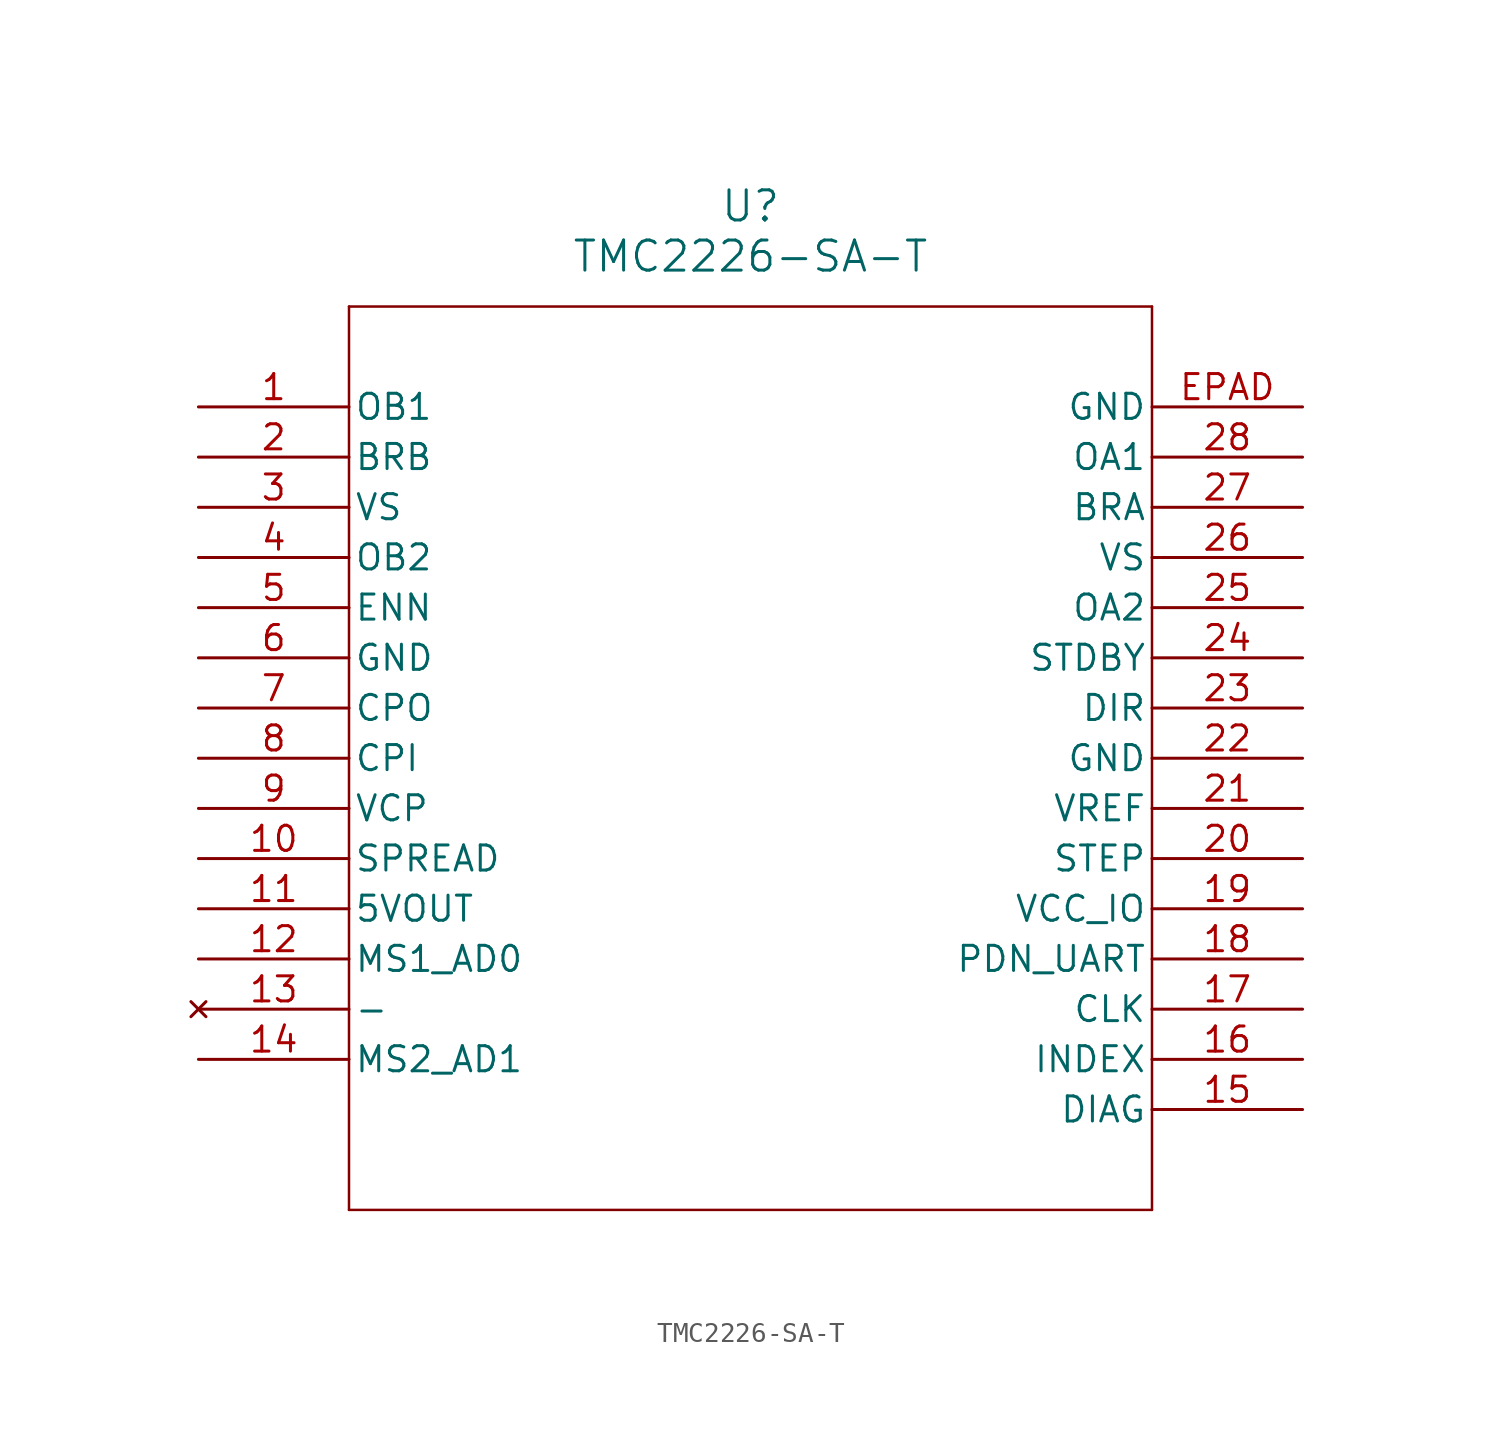
<source format=kicad_sym>
(kicad_symbol_lib
  (version 20211014)
  (generator kicad_symbol_editor)
  (symbol "TMC2226-SA-T"
    (pin_names
      (offset 0.254))
    (property "Reference" "U"
      (at 27.94 10.16 0)
      (effects (font (size 1.524 1.524))))
    (property "Value" "TMC2226-SA-T"
      (at 27.94 7.62 0)
      (effects (font (size 1.524 1.524))))
    (symbol "TMC2226-SA-T_0_1"
      (polyline (pts (xy 7.62 5.08) (xy 7.62 -40.64)) (stroke (width 0.127) (type default) (color 0 0 0 0)) (fill (type none)))
      (polyline (pts (xy 7.62 -40.64) (xy 48.26 -40.64)) (stroke (width 0.127) (type default) (color 0 0 0 0)) (fill (type none)))
      (polyline (pts (xy 48.26 -40.64) (xy 48.26 5.08)) (stroke (width 0.127) (type default) (color 0 0 0 0)) (fill (type none)))
      (polyline (pts (xy 48.26 5.08) (xy 7.62 5.08)) (stroke (width 0.127) (type default) (color 0 0 0 0)) (fill (type none)))
      (pin output line (at 0 0 0) (length 7.62) (name "OB1" (effects (font (size 1.27 1.27)))) (number "1" (effects (font (size 1.27 1.27)))))
      (pin unspecified line (at 0 -2.54 0) (length 7.62) (name "BRB" (effects (font (size 1.27 1.27)))) (number "2" (effects (font (size 1.27 1.27)))))
      (pin power_in line (at 0 -5.08 0) (length 7.62) (name "VS" (effects (font (size 1.27 1.27)))) (number "3" (effects (font (size 1.27 1.27)))))
      (pin output line (at 0 -7.62 0) (length 7.62) (name "OB2" (effects (font (size 1.27 1.27)))) (number "4" (effects (font (size 1.27 1.27)))))
      (pin input line (at 0 -10.16 0) (length 7.62) (name "ENN" (effects (font (size 1.27 1.27)))) (number "5" (effects (font (size 1.27 1.27)))))
      (pin power_out line (at 0 -12.7 0) (length 7.62) (name "GND" (effects (font (size 1.27 1.27)))) (number "6" (effects (font (size 1.27 1.27)))))
      (pin output line (at 0 -15.24 0) (length 7.62) (name "CPO" (effects (font (size 1.27 1.27)))) (number "7" (effects (font (size 1.27 1.27)))))
      (pin input line (at 0 -17.78 0) (length 7.62) (name "CPI" (effects (font (size 1.27 1.27)))) (number "8" (effects (font (size 1.27 1.27)))))
      (pin power_in line (at 0 -20.32 0) (length 7.62) (name "VCP" (effects (font (size 1.27 1.27)))) (number "9" (effects (font (size 1.27 1.27)))))
      (pin input line (at 0 -22.86 0) (length 7.62) (name "SPREAD" (effects (font (size 1.27 1.27)))) (number "10" (effects (font (size 1.27 1.27)))))
      (pin power_in line (at 0 -25.4 0) (length 7.62) (name "5VOUT" (effects (font (size 1.27 1.27)))) (number "11" (effects (font (size 1.27 1.27)))))
      (pin input line (at 0 -27.94 0) (length 7.62) (name "MS1_AD0" (effects (font (size 1.27 1.27)))) (number "12" (effects (font (size 1.27 1.27)))))
      (pin no_connect line (at 0 -30.48 0) (length 7.62) (name "-" (effects (font (size 1.27 1.27)))) (number "13" (effects (font (size 1.27 1.27)))))
      (pin input line (at 0 -33.02 0) (length 7.62) (name "MS2_AD1" (effects (font (size 1.27 1.27)))) (number "14" (effects (font (size 1.27 1.27)))))
      (pin output line (at 55.88 -35.56 180) (length 7.62) (name "DIAG" (effects (font (size 1.27 1.27)))) (number "15" (effects (font (size 1.27 1.27)))))
      (pin output line (at 55.88 -33.02 180) (length 7.62) (name "INDEX" (effects (font (size 1.27 1.27)))) (number "16" (effects (font (size 1.27 1.27)))))
      (pin input line (at 55.88 -30.48 180) (length 7.62) (name "CLK" (effects (font (size 1.27 1.27)))) (number "17" (effects (font (size 1.27 1.27)))))
      (pin bidirectional line (at 55.88 -27.94 180) (length 7.62) (name "PDN_UART" (effects (font (size 1.27 1.27)))) (number "18" (effects (font (size 1.27 1.27)))))
      (pin power_in line (at 55.88 -25.4 180) (length 7.62) (name "VCC_IO" (effects (font (size 1.27 1.27)))) (number "19" (effects (font (size 1.27 1.27)))))
      (pin input line (at 55.88 -22.86 180) (length 7.62) (name "STEP" (effects (font (size 1.27 1.27)))) (number "20" (effects (font (size 1.27 1.27)))))
      (pin input line (at 55.88 -20.32 180) (length 7.62) (name "VREF" (effects (font (size 1.27 1.27)))) (number "21" (effects (font (size 1.27 1.27)))))
      (pin power_out line (at 55.88 -17.78 180) (length 7.62) (name "GND" (effects (font (size 1.27 1.27)))) (number "22" (effects (font (size 1.27 1.27)))))
      (pin input line (at 55.88 -15.24 180) (length 7.62) (name "DIR" (effects (font (size 1.27 1.27)))) (number "23" (effects (font (size 1.27 1.27)))))
      (pin input line (at 55.88 -12.7 180) (length 7.62) (name "STDBY" (effects (font (size 1.27 1.27)))) (number "24" (effects (font (size 1.27 1.27)))))
      (pin output line (at 55.88 -10.16 180) (length 7.62) (name "OA2" (effects (font (size 1.27 1.27)))) (number "25" (effects (font (size 1.27 1.27)))))
      (pin power_in line (at 55.88 -7.62 180) (length 7.62) (name "VS" (effects (font (size 1.27 1.27)))) (number "26" (effects (font (size 1.27 1.27)))))
      (pin unspecified line (at 55.88 -5.08 180) (length 7.62) (name "BRA" (effects (font (size 1.27 1.27)))) (number "27" (effects (font (size 1.27 1.27)))))
      (pin output line (at 55.88 -2.54 180) (length 7.62) (name "OA1" (effects (font (size 1.27 1.27)))) (number "28" (effects (font (size 1.27 1.27)))))
      (pin power_out line (at 55.88 0 180) (length 7.62) (name "GND" (effects (font (size 1.27 1.27)))) (number "EPAD" (effects (font (size 1.27 1.27))))))))
</source>
